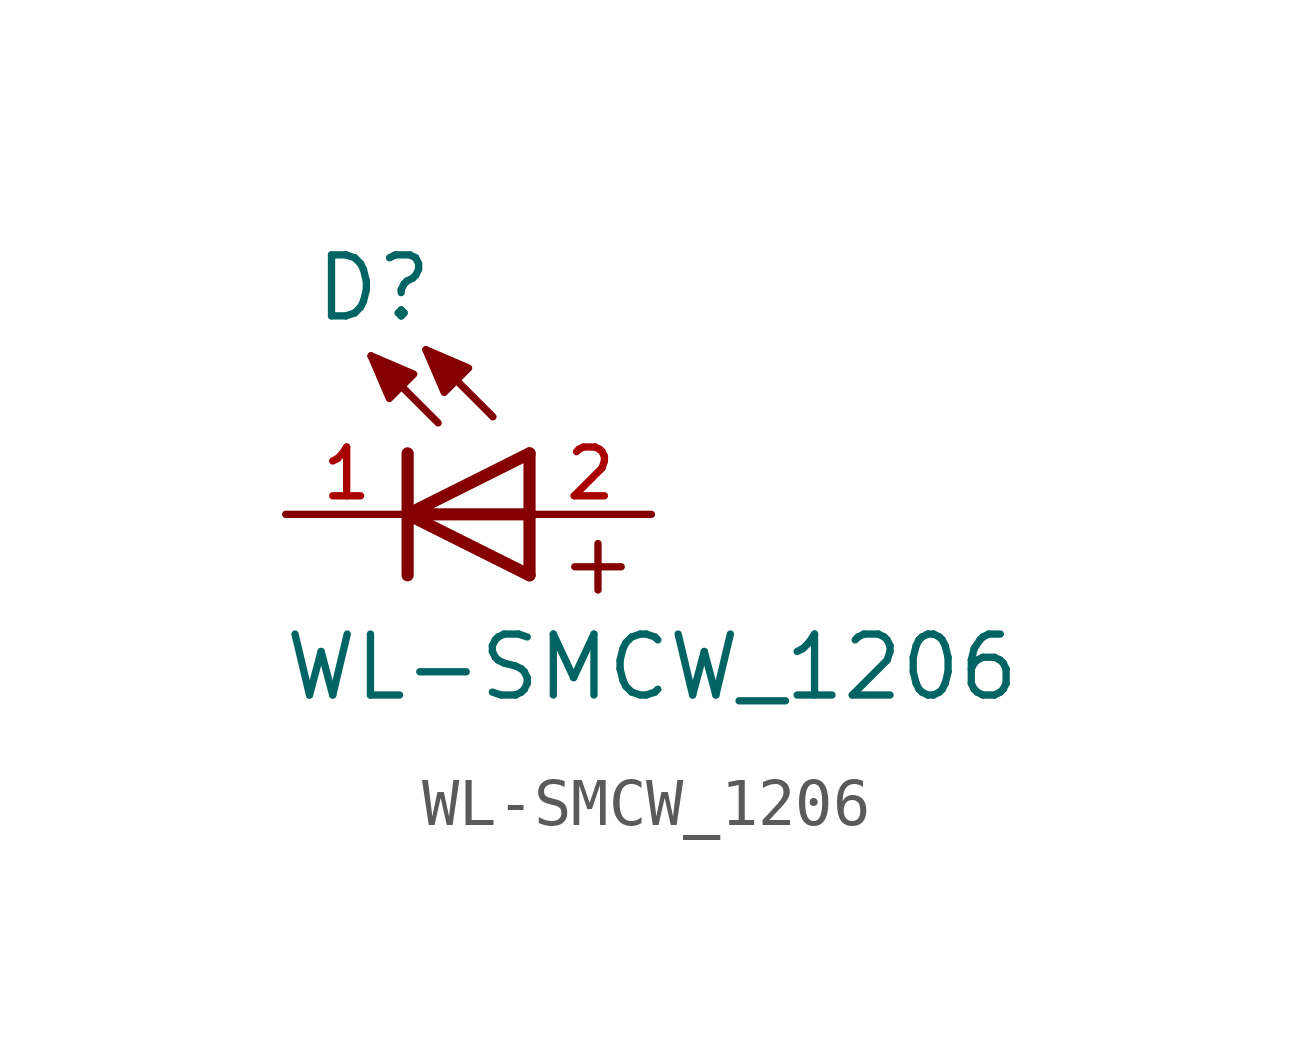
<source format=kicad_sym>
(kicad_symbol_lib
  (version 20211014)
  (generator kicad_symbol_editor)
  (symbol "WL-SMCW_1206"
    (pin_names
      (offset 1.016))
    (property "Reference" "D"
      (at -1.988 3.972 0)
      (effects (font (size 1.27 1.27)) (justify bottom left)))
    (property "Value" "WL-SMCW_1206"
      (at -2.628 -3.928 0)
      (effects (font (size 1.27 1.27)) (justify bottom left)))
    (symbol "WL-SMCW_1206_0_0"
      (text "+" (at 3.08 -1.74 0) (effects (font (size 1.27 1.27)) (justify bottom left)))
      (polyline (pts (xy 2.54 -1.27) (xy 0.0 0.0)) (stroke (width 0.254)))
      (polyline (pts (xy 0.0 0.0) (xy 2.54 1.27)) (stroke (width 0.254)))
      (polyline (pts (xy 0.0 -1.27) (xy 0.0 1.27)) (stroke (width 0.254)))
      (polyline (pts (xy 2.54 -1.27) (xy 2.54 1.27)) (stroke (width 0.254)))
      (polyline (pts (xy 1.778 2.032) (xy 0.381 3.429)) (stroke (width 0.152)))
      (polyline (pts (xy 0.635 1.905) (xy -0.762 3.302)) (stroke (width 0.152)))
      (polyline (pts (xy 0.0 0.0) (xy 2.54 0.0)) (stroke (width 0.254)))
      (polyline (pts (xy 0.381 3.429) (xy 1.27 3.048) (xy 0.762 2.54) (xy 0.381 3.429)) (stroke (width 0.152)) (fill (type outline)))
      (polyline (pts (xy -0.762 3.302) (xy 0.127 2.921) (xy -0.381 2.413) (xy -0.762 3.302)) (stroke (width 0.152)) (fill (type outline)))
      (pin passive line (at -2.54 0.0 0) (length 2.54) (name "~" (effects (font (size 1.016 1.016)))) (number "1" (effects (font (size 1.016 1.016)))))
      (pin passive line (at 5.08 0.0 180.0) (length 2.54) (name "~" (effects (font (size 1.016 1.016)))) (number "2" (effects (font (size 1.016 1.016))))))))
</source>
